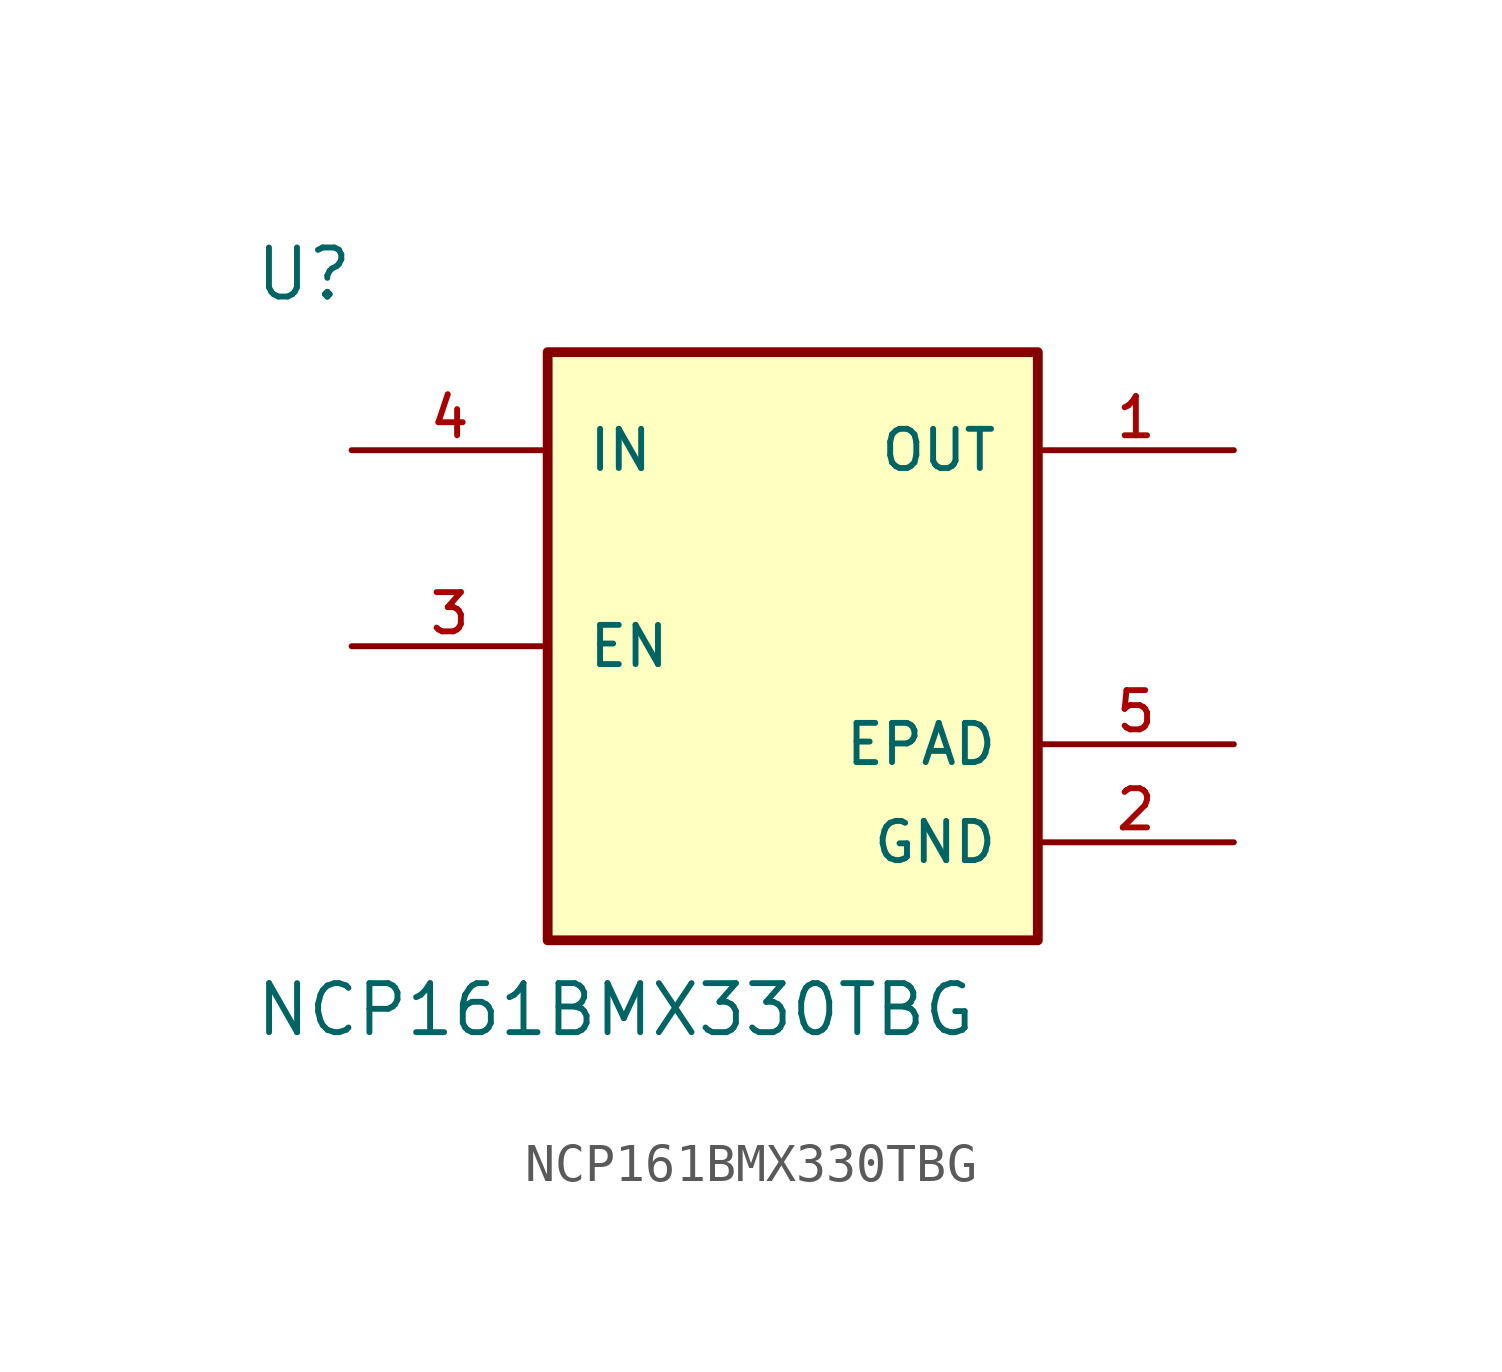
<source format=kicad_sym>
(kicad_symbol_lib
  (version 20230620)
  (generator kicad_symbol_editor)
  (symbol "NCP161BMX330TBG"
    (pin_names
      (offset 1.016))
    (property "Reference" "U"
      (at -10.164 8.898 0)
      (effects (font (size 1.27 1.27)) (justify left bottom)))
    (property "Value" "NCP161BMX330TBG"
      (at -10.161 -10.163 0)
      (effects (font (size 1.27 1.27)) (justify left bottom)))
    (symbol "NCP161BMX330TBG_0_0"
      (rectangle (start -2.54 7.62) (end 10.16 -7.62) (stroke (width 0.254) (type default)) (fill (type background)))
      (pin output line (at 15.24 5.08 180) (length 5.08) (name "OUT" (effects (font (size 1.016 1.016)))) (number "1" (effects (font (size 1.016 1.016)))))
      (pin power_in line (at 15.24 -5.08 180) (length 5.08) (name "GND" (effects (font (size 1.016 1.016)))) (number "2" (effects (font (size 1.016 1.016)))))
      (pin input line (at -7.62 0 0) (length 5.08) (name "EN" (effects (font (size 1.016 1.016)))) (number "3" (effects (font (size 1.016 1.016)))))
      (pin input line (at -7.62 5.08 0) (length 5.08) (name "IN" (effects (font (size 1.016 1.016)))) (number "4" (effects (font (size 1.016 1.016)))))
      (pin power_in line (at 15.24 -2.54 180) (length 5.08) (name "EPAD" (effects (font (size 1.016 1.016)))) (number "5" (effects (font (size 1.016 1.016))))))))
</source>
